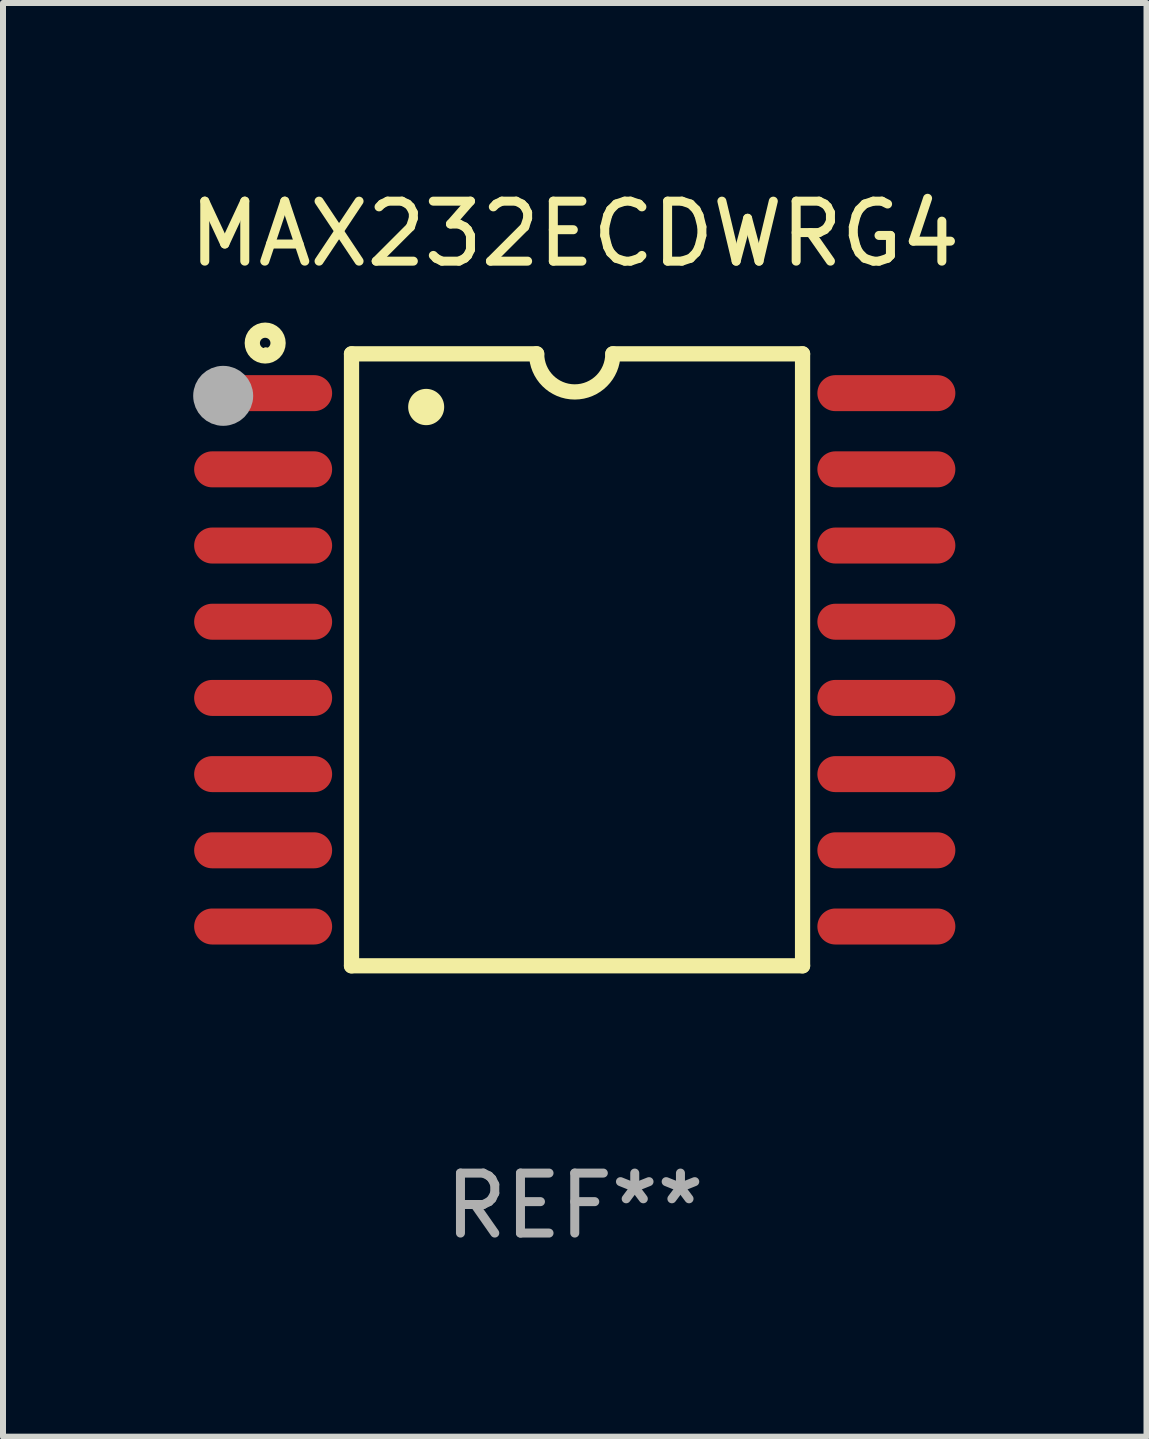
<source format=kicad_pcb>
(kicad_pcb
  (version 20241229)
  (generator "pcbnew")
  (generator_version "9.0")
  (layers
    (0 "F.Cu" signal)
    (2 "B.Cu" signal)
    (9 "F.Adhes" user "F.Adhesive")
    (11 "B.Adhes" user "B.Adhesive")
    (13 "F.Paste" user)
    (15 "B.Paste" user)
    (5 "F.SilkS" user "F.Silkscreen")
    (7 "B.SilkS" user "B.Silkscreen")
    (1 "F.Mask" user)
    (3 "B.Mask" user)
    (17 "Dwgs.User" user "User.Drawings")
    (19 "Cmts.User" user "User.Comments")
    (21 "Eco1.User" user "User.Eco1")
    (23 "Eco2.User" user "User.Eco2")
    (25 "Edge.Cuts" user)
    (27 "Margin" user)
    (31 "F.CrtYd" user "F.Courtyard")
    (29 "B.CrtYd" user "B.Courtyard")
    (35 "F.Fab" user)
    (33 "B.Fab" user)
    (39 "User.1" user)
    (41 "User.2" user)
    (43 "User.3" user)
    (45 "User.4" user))
  (footprint "MAX232ECDWRG4"
    (layer "F.Cu")
    (at 6.53 7.948)
    (property "Reference" "MAX232ECDWRG4" (at 0 -7.1 0) (layer "F.SilkS") (effects (font (size 1 1) (thickness 0.15))))
    (attr through_hole)
    (fp_line (start -3.721 -5.1) (end -3.721 5.1) (stroke (width 0.254) (type solid)) (layer "F.SilkS"))
    (fp_line (start -3.721 -5.1) (end -0.635 -5.1) (stroke (width 0.254) (type solid)) (layer "F.SilkS"))
    (fp_line (start -3.721 5.1) (end 3.797 5.1) (stroke (width 0.254) (type solid)) (layer "F.SilkS"))
    (fp_line (start 3.797 -5.1) (end 0.635 -5.1) (stroke (width 0.254) (type solid)) (layer "F.SilkS"))
    (fp_line (start 3.797 5.1) (end 3.797 -5.1) (stroke (width 0.254) (type solid)) (layer "F.SilkS"))
    (fp_arc (start -2.476556 -4.211328) (mid -2.476567 -4.213868) (end -2.476556 -4.216408) (stroke (width 0.6) (type solid)) (layer "F.SilkS"))
    (fp_arc (start 0.63495 -5.100076) (mid -0.000178 -4.465329) (end -0.635052 -5.10033) (stroke (width 0.254001) (type solid)) (layer "F.SilkS"))
    (fp_circle (center -5.16 -5.28) (end -4.945 -5.28) (stroke (width 0.254) (type solid)) (fill no) (layer "F.SilkS"))
    (fp_circle (center -5.15 -5.15) (end -5.12 -5.15) (stroke (width 0.06) (type solid)) (fill no) (layer "F.SilkS"))
    (fp_circle (center -5.86 -4.4) (end -5.61 -4.4) (stroke (width 0.5) (type solid)) (fill no) (layer "F.Fab"))
    (fp_text user "REF**" (at 0 9.1 0) (layer "F.Fab") (effects (font (size 1 1) (thickness 0.15))))
    (pad "1" smd oval (at -5.194 -4.445) (size 2.3 0.6) (layers "F.Cu" "F.Mask" "F.Paste"))
    (pad "2" smd oval (at -5.194 -3.175) (size 2.3 0.6) (layers "F.Cu" "F.Mask" "F.Paste"))
    (pad "3" smd oval (at -5.194 -1.905) (size 2.3 0.6) (layers "F.Cu" "F.Mask" "F.Paste"))
    (pad "4" smd oval (at -5.194 -0.635) (size 2.3 0.6) (layers "F.Cu" "F.Mask" "F.Paste"))
    (pad "5" smd oval (at -5.194 0.635) (size 2.3 0.6) (layers "F.Cu" "F.Mask" "F.Paste"))
    (pad "6" smd oval (at -5.194 1.905) (size 2.3 0.6) (layers "F.Cu" "F.Mask" "F.Paste"))
    (pad "7" smd oval (at -5.194 3.175) (size 2.3 0.6) (layers "F.Cu" "F.Mask" "F.Paste"))
    (pad "8" smd oval (at -5.194 4.445) (size 2.3 0.6) (layers "F.Cu" "F.Mask" "F.Paste"))
    (pad "9" smd oval (at 5.194 4.445) (size 2.3 0.6) (layers "F.Cu" "F.Mask" "F.Paste"))
    (pad "10" smd oval (at 5.194 3.175) (size 2.3 0.6) (layers "F.Cu" "F.Mask" "F.Paste"))
    (pad "11" smd oval (at 5.194 1.905) (size 2.3 0.6) (layers "F.Cu" "F.Mask" "F.Paste"))
    (pad "12" smd oval (at 5.194 0.635) (size 2.3 0.6) (layers "F.Cu" "F.Mask" "F.Paste"))
    (pad "13" smd oval (at 5.194 -0.635) (size 2.3 0.6) (layers "F.Cu" "F.Mask" "F.Paste"))
    (pad "14" smd oval (at 5.194 -1.905) (size 2.3 0.6) (layers "F.Cu" "F.Mask" "F.Paste"))
    (pad "15" smd oval (at 5.194 -3.175) (size 2.3 0.6) (layers "F.Cu" "F.Mask" "F.Paste"))
    (pad "16" smd oval (at 5.194 -4.445) (size 2.3 0.6) (layers "F.Cu" "F.Mask" "F.Paste")))
  (gr_rect
    (start -3 -3)
    (end 16.06 20.897)
    (stroke (width 0.1) (type default))
    (fill no)
    (layer "Edge.Cuts")))
</source>
